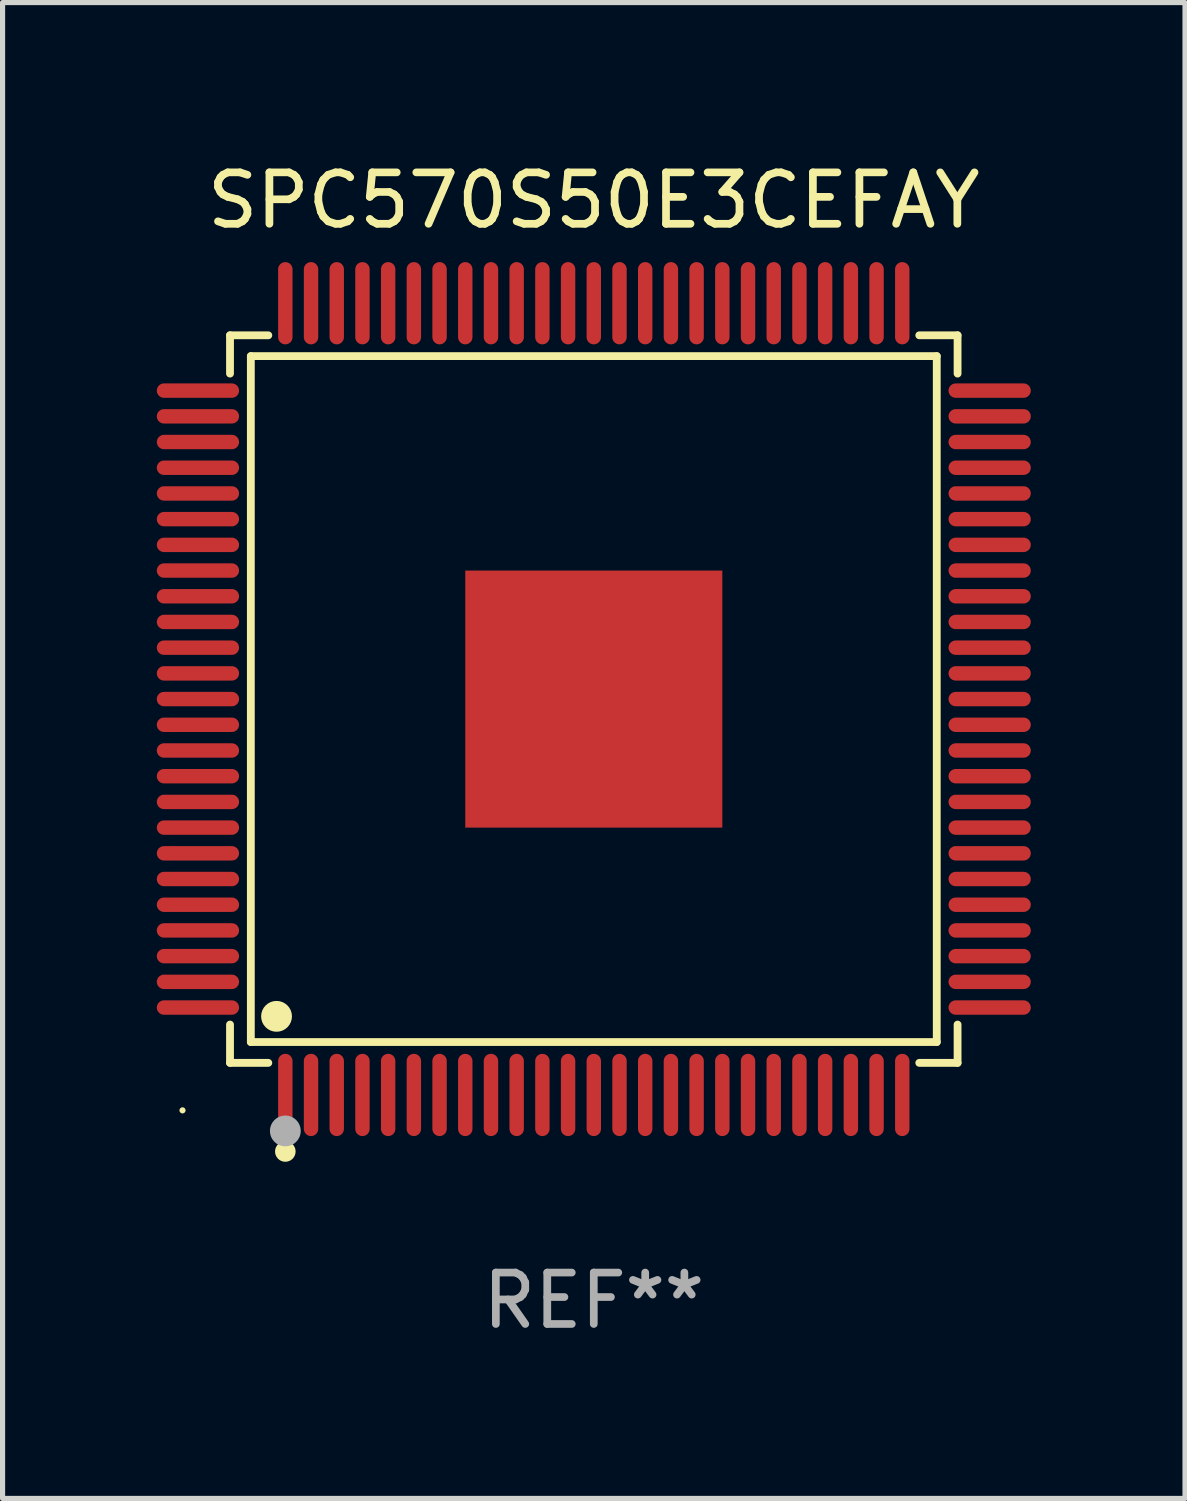
<source format=kicad_pcb>
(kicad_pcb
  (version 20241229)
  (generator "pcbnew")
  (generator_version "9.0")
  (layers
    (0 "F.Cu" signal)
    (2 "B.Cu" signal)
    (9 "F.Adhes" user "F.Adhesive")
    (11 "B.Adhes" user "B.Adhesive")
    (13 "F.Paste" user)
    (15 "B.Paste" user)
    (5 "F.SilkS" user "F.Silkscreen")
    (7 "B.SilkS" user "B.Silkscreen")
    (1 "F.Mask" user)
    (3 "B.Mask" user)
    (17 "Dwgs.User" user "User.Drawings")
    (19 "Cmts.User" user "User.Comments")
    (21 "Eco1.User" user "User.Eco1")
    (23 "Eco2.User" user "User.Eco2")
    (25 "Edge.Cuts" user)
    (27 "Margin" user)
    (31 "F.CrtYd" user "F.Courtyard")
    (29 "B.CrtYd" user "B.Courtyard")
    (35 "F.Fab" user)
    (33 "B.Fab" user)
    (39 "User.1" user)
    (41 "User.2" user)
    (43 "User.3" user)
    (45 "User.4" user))
  (footprint "SPC570S50E3CEFAY"
    (layer "F.Cu")
    (at 8.5 10.548)
    (property "Reference" "SPC570S50E3CEFAY" (at 0 -9.7 0) (layer "F.SilkS") (effects (font (size 1 1) (thickness 0.15))))
    (attr through_hole)
    (fp_line (start -7.076 -7.076) (end -6.331 -7.076) (stroke (width 0.152) (type solid)) (layer "F.SilkS"))
    (fp_line (start -7.076 -6.331) (end -7.076 -7.076) (stroke (width 0.152) (type solid)) (layer "F.SilkS"))
    (fp_line (start -7.076 6.331) (end -7.076 7.076) (stroke (width 0.152) (type solid)) (layer "F.SilkS"))
    (fp_line (start -7.076 7.076) (end -6.331 7.076) (stroke (width 0.152) (type solid)) (layer "F.SilkS"))
    (fp_line (start -6.671 -6.671) (end 6.671 -6.671) (stroke (width 0.152) (type solid)) (layer "F.SilkS"))
    (fp_line (start -6.671 6.671) (end -6.671 -6.671) (stroke (width 0.152) (type solid)) (layer "F.SilkS"))
    (fp_line (start 6.671 -6.671) (end 6.671 6.671) (stroke (width 0.152) (type solid)) (layer "F.SilkS"))
    (fp_line (start 6.671 6.671) (end -6.671 6.671) (stroke (width 0.152) (type solid)) (layer "F.SilkS"))
    (fp_line (start 7.076 -7.076) (end 6.331 -7.076) (stroke (width 0.152) (type solid)) (layer "F.SilkS"))
    (fp_line (start 7.076 -6.331) (end 7.076 -7.076) (stroke (width 0.152) (type solid)) (layer "F.SilkS"))
    (fp_line (start 7.076 6.331) (end 7.076 7.076) (stroke (width 0.152) (type solid)) (layer "F.SilkS"))
    (fp_line (start 7.076 7.076) (end 6.331 7.076) (stroke (width 0.152) (type solid)) (layer "F.SilkS"))
    (fp_circle (center -8 8) (end -7.97 8) (stroke (width 0.06) (type solid)) (fill no) (layer "F.SilkS"))
    (fp_circle (center -6.171 6.171) (end -6.021 6.171) (stroke (width 0.3) (type solid)) (fill no) (layer "F.SilkS"))
    (fp_circle (center -6 8.8) (end -5.9 8.8) (stroke (width 0.2) (type solid)) (fill no) (layer "F.SilkS"))
    (fp_circle (center -6 8.4) (end -5.85 8.4) (stroke (width 0.3) (type solid)) (fill no) (layer "F.Fab"))
    (fp_text user "REF**" (at 0 11.7 0) (layer "F.Fab") (effects (font (size 1 1) (thickness 0.15))))
    (pad "1" smd oval (at -6 7.7) (size 0.28 1.6) (layers "F.Cu" "F.Mask" "F.Paste"))
    (pad "2" smd oval (at -5.5 7.7) (size 0.28 1.6) (layers "F.Cu" "F.Mask" "F.Paste"))
    (pad "3" smd oval (at -5 7.7) (size 0.28 1.6) (layers "F.Cu" "F.Mask" "F.Paste"))
    (pad "4" smd oval (at -4.5 7.7) (size 0.28 1.6) (layers "F.Cu" "F.Mask" "F.Paste"))
    (pad "5" smd oval (at -4 7.7) (size 0.28 1.6) (layers "F.Cu" "F.Mask" "F.Paste"))
    (pad "6" smd oval (at -3.5 7.7) (size 0.28 1.6) (layers "F.Cu" "F.Mask" "F.Paste"))
    (pad "7" smd oval (at -3 7.7) (size 0.28 1.6) (layers "F.Cu" "F.Mask" "F.Paste"))
    (pad "8" smd oval (at -2.5 7.7) (size 0.28 1.6) (layers "F.Cu" "F.Mask" "F.Paste"))
    (pad "9" smd oval (at -2 7.7) (size 0.28 1.6) (layers "F.Cu" "F.Mask" "F.Paste"))
    (pad "10" smd oval (at -1.5 7.7) (size 0.28 1.6) (layers "F.Cu" "F.Mask" "F.Paste"))
    (pad "11" smd oval (at -1 7.7) (size 0.28 1.6) (layers "F.Cu" "F.Mask" "F.Paste"))
    (pad "12" smd oval (at -0.5 7.7) (size 0.28 1.6) (layers "F.Cu" "F.Mask" "F.Paste"))
    (pad "13" smd oval (at 0 7.7) (size 0.28 1.6) (layers "F.Cu" "F.Mask" "F.Paste"))
    (pad "14" smd oval (at 0.5 7.7) (size 0.28 1.6) (layers "F.Cu" "F.Mask" "F.Paste"))
    (pad "15" smd oval (at 1 7.7) (size 0.28 1.6) (layers "F.Cu" "F.Mask" "F.Paste"))
    (pad "16" smd oval (at 1.5 7.7) (size 0.28 1.6) (layers "F.Cu" "F.Mask" "F.Paste"))
    (pad "17" smd oval (at 2 7.7) (size 0.28 1.6) (layers "F.Cu" "F.Mask" "F.Paste"))
    (pad "18" smd oval (at 2.5 7.7) (size 0.28 1.6) (layers "F.Cu" "F.Mask" "F.Paste"))
    (pad "19" smd oval (at 3 7.7) (size 0.28 1.6) (layers "F.Cu" "F.Mask" "F.Paste"))
    (pad "20" smd oval (at 3.5 7.7) (size 0.28 1.6) (layers "F.Cu" "F.Mask" "F.Paste"))
    (pad "21" smd oval (at 4 7.7) (size 0.28 1.6) (layers "F.Cu" "F.Mask" "F.Paste"))
    (pad "22" smd oval (at 4.5 7.7) (size 0.28 1.6) (layers "F.Cu" "F.Mask" "F.Paste"))
    (pad "23" smd oval (at 5 7.7) (size 0.28 1.6) (layers "F.Cu" "F.Mask" "F.Paste"))
    (pad "24" smd oval (at 5.5 7.7) (size 0.28 1.6) (layers "F.Cu" "F.Mask" "F.Paste"))
    (pad "25" smd oval (at 6 7.7) (size 0.28 1.6) (layers "F.Cu" "F.Mask" "F.Paste"))
    (pad "26" smd oval (at 7.7 6) (size 1.6 0.28) (layers "F.Cu" "F.Mask" "F.Paste"))
    (pad "27" smd oval (at 7.7 5.5) (size 1.6 0.28) (layers "F.Cu" "F.Mask" "F.Paste"))
    (pad "28" smd oval (at 7.7 5) (size 1.6 0.28) (layers "F.Cu" "F.Mask" "F.Paste"))
    (pad "29" smd oval (at 7.7 4.5) (size 1.6 0.28) (layers "F.Cu" "F.Mask" "F.Paste"))
    (pad "30" smd oval (at 7.7 4) (size 1.6 0.28) (layers "F.Cu" "F.Mask" "F.Paste"))
    (pad "31" smd oval (at 7.7 3.5) (size 1.6 0.28) (layers "F.Cu" "F.Mask" "F.Paste"))
    (pad "32" smd oval (at 7.7 3) (size 1.6 0.28) (layers "F.Cu" "F.Mask" "F.Paste"))
    (pad "33" smd oval (at 7.7 2.5) (size 1.6 0.28) (layers "F.Cu" "F.Mask" "F.Paste"))
    (pad "34" smd oval (at 7.7 2) (size 1.6 0.28) (layers "F.Cu" "F.Mask" "F.Paste"))
    (pad "35" smd oval (at 7.7 1.5) (size 1.6 0.28) (layers "F.Cu" "F.Mask" "F.Paste"))
    (pad "36" smd oval (at 7.7 1) (size 1.6 0.28) (layers "F.Cu" "F.Mask" "F.Paste"))
    (pad "37" smd oval (at 7.7 0.5) (size 1.6 0.28) (layers "F.Cu" "F.Mask" "F.Paste"))
    (pad "38" smd oval (at 7.7 0) (size 1.6 0.28) (layers "F.Cu" "F.Mask" "F.Paste"))
    (pad "39" smd oval (at 7.7 -0.5) (size 1.6 0.28) (layers "F.Cu" "F.Mask" "F.Paste"))
    (pad "40" smd oval (at 7.7 -1) (size 1.6 0.28) (layers "F.Cu" "F.Mask" "F.Paste"))
    (pad "41" smd oval (at 7.7 -1.5) (size 1.6 0.28) (layers "F.Cu" "F.Mask" "F.Paste"))
    (pad "42" smd oval (at 7.7 -2) (size 1.6 0.28) (layers "F.Cu" "F.Mask" "F.Paste"))
    (pad "43" smd oval (at 7.7 -2.5) (size 1.6 0.28) (layers "F.Cu" "F.Mask" "F.Paste"))
    (pad "44" smd oval (at 7.7 -3) (size 1.6 0.28) (layers "F.Cu" "F.Mask" "F.Paste"))
    (pad "45" smd oval (at 7.7 -3.5) (size 1.6 0.28) (layers "F.Cu" "F.Mask" "F.Paste"))
    (pad "46" smd oval (at 7.7 -4) (size 1.6 0.28) (layers "F.Cu" "F.Mask" "F.Paste"))
    (pad "47" smd oval (at 7.7 -4.5) (size 1.6 0.28) (layers "F.Cu" "F.Mask" "F.Paste"))
    (pad "48" smd oval (at 7.7 -5) (size 1.6 0.28) (layers "F.Cu" "F.Mask" "F.Paste"))
    (pad "49" smd oval (at 7.7 -5.5) (size 1.6 0.28) (layers "F.Cu" "F.Mask" "F.Paste"))
    (pad "50" smd oval (at 7.7 -6) (size 1.6 0.28) (layers "F.Cu" "F.Mask" "F.Paste"))
    (pad "51" smd oval (at 6 -7.7) (size 0.28 1.6) (layers "F.Cu" "F.Mask" "F.Paste"))
    (pad "52" smd oval (at 5.5 -7.7) (size 0.28 1.6) (layers "F.Cu" "F.Mask" "F.Paste"))
    (pad "53" smd oval (at 5 -7.7) (size 0.28 1.6) (layers "F.Cu" "F.Mask" "F.Paste"))
    (pad "54" smd oval (at 4.5 -7.7) (size 0.28 1.6) (layers "F.Cu" "F.Mask" "F.Paste"))
    (pad "55" smd oval (at 4 -7.7) (size 0.28 1.6) (layers "F.Cu" "F.Mask" "F.Paste"))
    (pad "56" smd oval (at 3.5 -7.7) (size 0.28 1.6) (layers "F.Cu" "F.Mask" "F.Paste"))
    (pad "57" smd oval (at 3 -7.7) (size 0.28 1.6) (layers "F.Cu" "F.Mask" "F.Paste"))
    (pad "58" smd oval (at 2.5 -7.7) (size 0.28 1.6) (layers "F.Cu" "F.Mask" "F.Paste"))
    (pad "59" smd oval (at 2 -7.7) (size 0.28 1.6) (layers "F.Cu" "F.Mask" "F.Paste"))
    (pad "60" smd oval (at 1.5 -7.7) (size 0.28 1.6) (layers "F.Cu" "F.Mask" "F.Paste"))
    (pad "61" smd oval (at 1 -7.7) (size 0.28 1.6) (layers "F.Cu" "F.Mask" "F.Paste"))
    (pad "62" smd oval (at 0.5 -7.7) (size 0.28 1.6) (layers "F.Cu" "F.Mask" "F.Paste"))
    (pad "63" smd oval (at 0 -7.7) (size 0.28 1.6) (layers "F.Cu" "F.Mask" "F.Paste"))
    (pad "64" smd oval (at -0.5 -7.7) (size 0.28 1.6) (layers "F.Cu" "F.Mask" "F.Paste"))
    (pad "65" smd oval (at -1 -7.7) (size 0.28 1.6) (layers "F.Cu" "F.Mask" "F.Paste"))
    (pad "66" smd oval (at -1.5 -7.7) (size 0.28 1.6) (layers "F.Cu" "F.Mask" "F.Paste"))
    (pad "67" smd oval (at -2 -7.7) (size 0.28 1.6) (layers "F.Cu" "F.Mask" "F.Paste"))
    (pad "68" smd oval (at -2.5 -7.7) (size 0.28 1.6) (layers "F.Cu" "F.Mask" "F.Paste"))
    (pad "69" smd oval (at -3 -7.7) (size 0.28 1.6) (layers "F.Cu" "F.Mask" "F.Paste"))
    (pad "70" smd oval (at -3.5 -7.7) (size 0.28 1.6) (layers "F.Cu" "F.Mask" "F.Paste"))
    (pad "71" smd oval (at -4 -7.7) (size 0.28 1.6) (layers "F.Cu" "F.Mask" "F.Paste"))
    (pad "72" smd oval (at -4.5 -7.7) (size 0.28 1.6) (layers "F.Cu" "F.Mask" "F.Paste"))
    (pad "73" smd oval (at -5 -7.7) (size 0.28 1.6) (layers "F.Cu" "F.Mask" "F.Paste"))
    (pad "74" smd oval (at -5.5 -7.7) (size 0.28 1.6) (layers "F.Cu" "F.Mask" "F.Paste"))
    (pad "75" smd oval (at -6 -7.7) (size 0.28 1.6) (layers "F.Cu" "F.Mask" "F.Paste"))
    (pad "76" smd oval (at -7.7 -6) (size 1.6 0.28) (layers "F.Cu" "F.Mask" "F.Paste"))
    (pad "77" smd oval (at -7.7 -5.5) (size 1.6 0.28) (layers "F.Cu" "F.Mask" "F.Paste"))
    (pad "78" smd oval (at -7.7 -5) (size 1.6 0.28) (layers "F.Cu" "F.Mask" "F.Paste"))
    (pad "79" smd oval (at -7.7 -4.5) (size 1.6 0.28) (layers "F.Cu" "F.Mask" "F.Paste"))
    (pad "80" smd oval (at -7.7 -4) (size 1.6 0.28) (layers "F.Cu" "F.Mask" "F.Paste"))
    (pad "81" smd oval (at -7.7 -3.5) (size 1.6 0.28) (layers "F.Cu" "F.Mask" "F.Paste"))
    (pad "82" smd oval (at -7.7 -3) (size 1.6 0.28) (layers "F.Cu" "F.Mask" "F.Paste"))
    (pad "83" smd oval (at -7.7 -2.5) (size 1.6 0.28) (layers "F.Cu" "F.Mask" "F.Paste"))
    (pad "84" smd oval (at -7.7 -2) (size 1.6 0.28) (layers "F.Cu" "F.Mask" "F.Paste"))
    (pad "85" smd oval (at -7.7 -1.5) (size 1.6 0.28) (layers "F.Cu" "F.Mask" "F.Paste"))
    (pad "86" smd oval (at -7.7 -1) (size 1.6 0.28) (layers "F.Cu" "F.Mask" "F.Paste"))
    (pad "87" smd oval (at -7.7 -0.5) (size 1.6 0.28) (layers "F.Cu" "F.Mask" "F.Paste"))
    (pad "88" smd oval (at -7.7 0) (size 1.6 0.28) (layers "F.Cu" "F.Mask" "F.Paste"))
    (pad "89" smd oval (at -7.7 0.5) (size 1.6 0.28) (layers "F.Cu" "F.Mask" "F.Paste"))
    (pad "90" smd oval (at -7.7 1) (size 1.6 0.28) (layers "F.Cu" "F.Mask" "F.Paste"))
    (pad "91" smd oval (at -7.7 1.5) (size 1.6 0.28) (layers "F.Cu" "F.Mask" "F.Paste"))
    (pad "92" smd oval (at -7.7 2) (size 1.6 0.28) (layers "F.Cu" "F.Mask" "F.Paste"))
    (pad "93" smd oval (at -7.7 2.5) (size 1.6 0.28) (layers "F.Cu" "F.Mask" "F.Paste"))
    (pad "94" smd oval (at -7.7 3) (size 1.6 0.28) (layers "F.Cu" "F.Mask" "F.Paste"))
    (pad "95" smd oval (at -7.7 3.5) (size 1.6 0.28) (layers "F.Cu" "F.Mask" "F.Paste"))
    (pad "96" smd oval (at -7.7 4) (size 1.6 0.28) (layers "F.Cu" "F.Mask" "F.Paste"))
    (pad "97" smd oval (at -7.7 4.5) (size 1.6 0.28) (layers "F.Cu" "F.Mask" "F.Paste"))
    (pad "98" smd oval (at -7.7 5) (size 1.6 0.28) (layers "F.Cu" "F.Mask" "F.Paste"))
    (pad "99" smd oval (at -7.7 5.5) (size 1.6 0.28) (layers "F.Cu" "F.Mask" "F.Paste"))
    (pad "100" smd oval (at -7.7 6) (size 1.6 0.28) (layers "F.Cu" "F.Mask" "F.Paste"))
    (pad "101" smd rect (at 0 0) (size 5 5) (layers "F.Cu" "F.Mask" "F.Paste")))
  (gr_rect
    (start -3 -3)
    (end 20 26.097)
    (stroke (width 0.1) (type default))
    (fill no)
    (layer "Edge.Cuts")))
</source>
